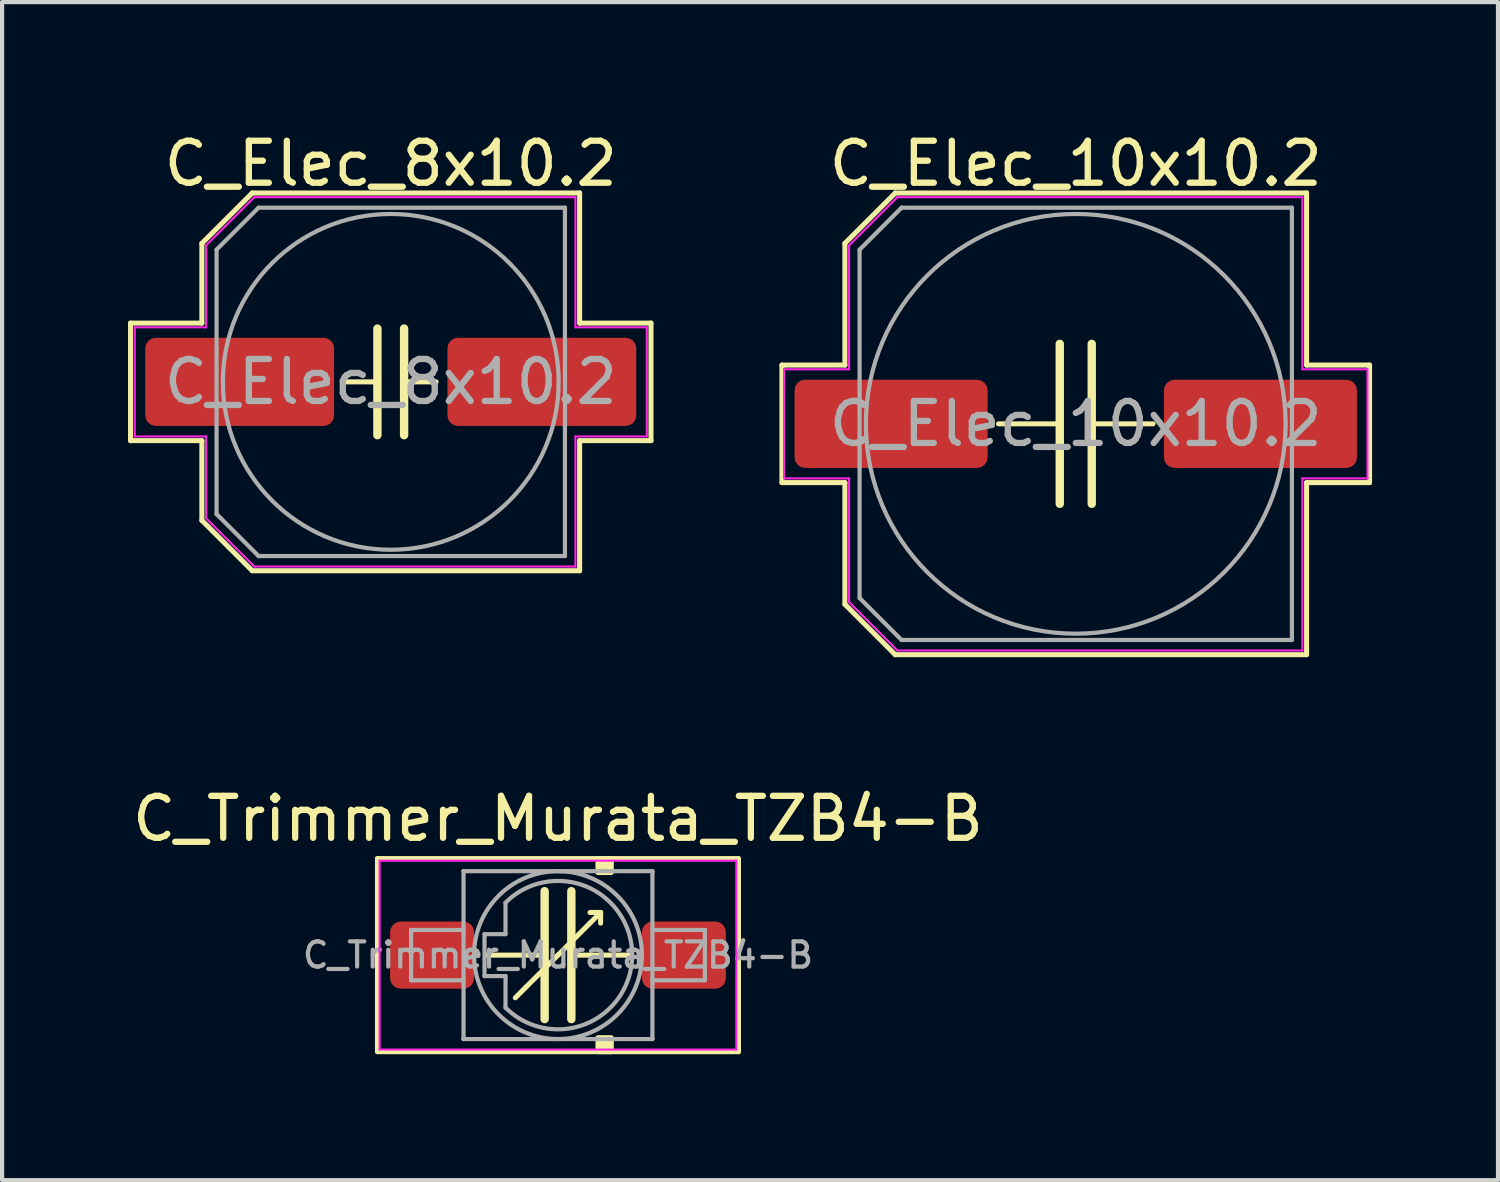
<source format=kicad_pcb>
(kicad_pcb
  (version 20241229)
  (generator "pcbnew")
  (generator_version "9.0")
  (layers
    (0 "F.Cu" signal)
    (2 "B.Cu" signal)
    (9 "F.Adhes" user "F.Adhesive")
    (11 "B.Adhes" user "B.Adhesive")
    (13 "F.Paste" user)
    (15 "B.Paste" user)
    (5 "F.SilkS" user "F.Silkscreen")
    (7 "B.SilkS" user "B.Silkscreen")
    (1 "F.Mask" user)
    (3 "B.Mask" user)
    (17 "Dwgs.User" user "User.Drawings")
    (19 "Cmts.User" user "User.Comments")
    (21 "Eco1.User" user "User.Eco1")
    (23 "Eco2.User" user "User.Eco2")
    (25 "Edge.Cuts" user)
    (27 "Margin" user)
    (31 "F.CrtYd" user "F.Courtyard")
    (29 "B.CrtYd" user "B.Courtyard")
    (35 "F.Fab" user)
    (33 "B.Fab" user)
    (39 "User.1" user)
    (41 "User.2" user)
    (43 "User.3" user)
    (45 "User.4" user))
  (footprint "C_Elec_10x10.2"
    (layer "F.Cu")
    (at 22.58 7.048)
    (property "Reference" "C_Elec_10x10.2" (at 0 -6.2 0) (layer "F.SilkS") (effects (font (size 1 1) (thickness 0.15))))
    (attr smd)
    (fp_line (start -7 -1.4) (end -7 1.4) (stroke (width 0.12) (type solid)) (layer "F.SilkS"))
    (fp_line (start -7 1.4) (end -5.5 1.4) (stroke (width 0.12) (type solid)) (layer "F.SilkS"))
    (fp_line (start -5.5 -4.3) (end -5.5 -1.4) (stroke (width 0.12) (type solid)) (layer "F.SilkS"))
    (fp_line (start -5.5 -1.4) (end -7 -1.4) (stroke (width 0.12) (type solid)) (layer "F.SilkS"))
    (fp_line (start -5.5 1.4) (end -5.5 4.3) (stroke (width 0.12) (type solid)) (layer "F.SilkS"))
    (fp_line (start -5.5 4.3) (end -4.3 5.5) (stroke (width 0.12) (type solid)) (layer "F.SilkS"))
    (fp_line (start -4.3 -5.5) (end -5.5 -4.3) (stroke (width 0.12) (type solid)) (layer "F.SilkS"))
    (fp_line (start -4.3 5.5) (end 5.5 5.5) (stroke (width 0.12) (type solid)) (layer "F.SilkS"))
    (fp_line (start -0.381 -1.905) (end -0.381 1.905) (stroke (width 0.2) (type solid)) (layer "F.SilkS"))
    (fp_line (start -0.381 0) (end -1.841 0) (stroke (width 0.12) (type solid)) (layer "F.SilkS"))
    (fp_line (start 0.381 -1.905) (end 0.381 1.905) (stroke (width 0.2) (type solid)) (layer "F.SilkS"))
    (fp_line (start 0.381 0) (end 1.841 0) (stroke (width 0.12) (type solid)) (layer "F.SilkS"))
    (fp_line (start 5.5 -5.5) (end -4.3 -5.5) (stroke (width 0.12) (type solid)) (layer "F.SilkS"))
    (fp_line (start 5.5 -1.4) (end 5.5 -5.5) (stroke (width 0.12) (type solid)) (layer "F.SilkS"))
    (fp_line (start 5.5 1.4) (end 7 1.4) (stroke (width 0.12) (type solid)) (layer "F.SilkS"))
    (fp_line (start 5.5 5.5) (end 5.5 1.4) (stroke (width 0.12) (type solid)) (layer "F.SilkS"))
    (fp_line (start 7 -1.4) (end 5.5 -1.4) (stroke (width 0.12) (type solid)) (layer "F.SilkS"))
    (fp_line (start 7 1.4) (end 7 -1.4) (stroke (width 0.12) (type solid)) (layer "F.SilkS"))
    (fp_line (start -6.95 -1.3) (end -6.95 1.3) (stroke (width 0.05) (type solid)) (layer "F.CrtYd"))
    (fp_line (start -6.95 1.3) (end -5.4 1.3) (stroke (width 0.05) (type solid)) (layer "F.CrtYd"))
    (fp_line (start -5.4 -4.25) (end -5.4 -1.3) (stroke (width 0.05) (type solid)) (layer "F.CrtYd"))
    (fp_line (start -5.4 -4.25) (end -4.25 -5.4) (stroke (width 0.05) (type solid)) (layer "F.CrtYd"))
    (fp_line (start -5.4 -1.3) (end -6.95 -1.3) (stroke (width 0.05) (type solid)) (layer "F.CrtYd"))
    (fp_line (start -5.4 1.3) (end -5.4 4.25) (stroke (width 0.05) (type solid)) (layer "F.CrtYd"))
    (fp_line (start -5.4 4.25) (end -4.25 5.4) (stroke (width 0.05) (type solid)) (layer "F.CrtYd"))
    (fp_line (start -4.25 -5.4) (end 5.4 -5.4) (stroke (width 0.05) (type solid)) (layer "F.CrtYd"))
    (fp_line (start -4.25 5.4) (end 5.4 5.4) (stroke (width 0.05) (type solid)) (layer "F.CrtYd"))
    (fp_line (start 5.4 -5.4) (end 5.4 -1.3) (stroke (width 0.05) (type solid)) (layer "F.CrtYd"))
    (fp_line (start 5.4 -1.3) (end 6.95 -1.3) (stroke (width 0.05) (type solid)) (layer "F.CrtYd"))
    (fp_line (start 5.4 1.3) (end 5.4 5.4) (stroke (width 0.05) (type solid)) (layer "F.CrtYd"))
    (fp_line (start 6.95 -1.3) (end 6.95 1.3) (stroke (width 0.05) (type solid)) (layer "F.CrtYd"))
    (fp_line (start 6.95 1.3) (end 5.4 1.3) (stroke (width 0.05) (type solid)) (layer "F.CrtYd"))
    (fp_line (start -5.15 -4.15) (end -5.15 4.15) (stroke (width 0.1) (type solid)) (layer "F.Fab"))
    (fp_line (start -5.15 -4.15) (end -4.15 -5.15) (stroke (width 0.1) (type solid)) (layer "F.Fab"))
    (fp_line (start -5.15 4.15) (end -4.15 5.15) (stroke (width 0.1) (type solid)) (layer "F.Fab"))
    (fp_line (start -4.15 -5.15) (end 5.15 -5.15) (stroke (width 0.1) (type solid)) (layer "F.Fab"))
    (fp_line (start -4.15 5.15) (end 5.15 5.15) (stroke (width 0.1) (type solid)) (layer "F.Fab"))
    (fp_line (start 5.15 -5.15) (end 5.15 5.15) (stroke (width 0.1) (type solid)) (layer "F.Fab"))
    (fp_circle (center 0 0) (end 5 0) (stroke (width 0.1) (type solid)) (fill no) (layer "F.Fab"))
    (fp_text user "${REFERENCE}" (at 0 0 0) (layer "F.Fab") (effects (font (size 1 1) (thickness 0.15))))
    (pad "1" smd roundrect (at -4.4 0) (size 4.6 2.1) (layers "F.Cu" "F.Mask" "F.Paste") (roundrect_rratio 0.119))
    (pad "2" smd roundrect (at 4.4 0) (size 4.6 2.1) (layers "F.Cu" "F.Mask" "F.Paste") (roundrect_rratio 0.119)))
  (footprint "C_Trimmer_Murata_TZB4-B"
    (layer "F.Cu")
    (at 10.244 19.706)
    (property "Reference" "C_Trimmer_Murata_TZB4-B" (at 0 -3.25 0) (layer "F.SilkS") (effects (font (size 1 1) (thickness 0.15))))
    (attr smd)
    (fp_line (start -4.3 -2.3) (end -4.3 2.3) (stroke (width 0.12) (type solid)) (layer "F.SilkS"))
    (fp_line (start -4.3 2.3) (end 4.3 2.3) (stroke (width 0.12) (type solid)) (layer "F.SilkS"))
    (fp_line (start -0.762 0.762) (end -1.016 1.016) (stroke (width 0.12) (type solid)) (layer "F.SilkS"))
    (fp_line (start -0.318 -1.524) (end -0.318 1.524) (stroke (width 0.2) (type solid)) (layer "F.SilkS"))
    (fp_line (start -0.318 0) (end -1.714 0) (stroke (width 0.12) (type solid)) (layer "F.SilkS"))
    (fp_line (start 0 0) (end -0.762 0.762) (stroke (width 0.12) (type solid)) (layer "F.SilkS"))
    (fp_line (start 0 0) (end 0.762 -0.762) (stroke (width 0.12) (type solid)) (layer "F.SilkS"))
    (fp_line (start 0.318 -1.524) (end 0.318 1.524) (stroke (width 0.2) (type solid)) (layer "F.SilkS"))
    (fp_line (start 0.762 -0.762) (end 1.016 -1.016) (stroke (width 0.12) (type solid)) (layer "F.SilkS"))
    (fp_line (start 1.016 -1.016) (end 0.762 -1.016) (stroke (width 0.12) (type solid)) (layer "F.SilkS"))
    (fp_line (start 1.016 -1.016) (end 1.016 -0.762) (stroke (width 0.12) (type solid)) (layer "F.SilkS"))
    (fp_line (start 1.714 0) (end 0.318 0) (stroke (width 0.12) (type solid)) (layer "F.SilkS"))
    (fp_line (start 4.3 -2.3) (end -4.3 -2.3) (stroke (width 0.12) (type solid)) (layer "F.SilkS"))
    (fp_line (start 4.3 2.3) (end 4.3 -2.3) (stroke (width 0.12) (type solid)) (layer "F.SilkS"))
    (fp_rect (start 0.953 -2.3) (end 1.27 -1.968) (stroke (width 0.12) (type solid)) (fill yes) (layer "F.SilkS"))
    (fp_rect (start 0.953 1.968) (end 1.27 2.3) (stroke (width 0.12) (type solid)) (fill yes) (layer "F.SilkS"))
    (fp_line (start -4.25 -2.25) (end -4.25 2.25) (stroke (width 0.05) (type solid)) (layer "F.CrtYd"))
    (fp_line (start -4.25 2.25) (end 4.25 2.25) (stroke (width 0.05) (type solid)) (layer "F.CrtYd"))
    (fp_line (start 4.25 -2.25) (end -4.25 -2.25) (stroke (width 0.05) (type solid)) (layer "F.CrtYd"))
    (fp_line (start 4.25 2.25) (end 4.25 -2.25) (stroke (width 0.05) (type solid)) (layer "F.CrtYd"))
    (fp_line (start -3.5 -0.6) (end -3.5 0.6) (stroke (width 0.1) (type solid)) (layer "F.Fab"))
    (fp_line (start -3.5 0.6) (end -2.25 0.6) (stroke (width 0.1) (type solid)) (layer "F.Fab"))
    (fp_line (start -2.25 -2) (end -2.24 -2) (stroke (width 0.1) (type solid)) (layer "F.Fab"))
    (fp_line (start -2.25 -1.99) (end -2.25 -2) (stroke (width 0.1) (type solid)) (layer "F.Fab"))
    (fp_line (start -2.25 -0.6) (end -3.5 -0.6) (stroke (width 0.1) (type solid)) (layer "F.Fab"))
    (fp_line (start -2.25 1.99) (end -2.25 -1.99) (stroke (width 0.1) (type solid)) (layer "F.Fab"))
    (fp_line (start -2.25 2) (end -2.25 1.99) (stroke (width 0.1) (type solid)) (layer "F.Fab"))
    (fp_line (start -2.24 -2) (end 2.24 -2) (stroke (width 0.1) (type solid)) (layer "F.Fab"))
    (fp_line (start -2.24 2) (end -2.25 2) (stroke (width 0.1) (type solid)) (layer "F.Fab"))
    (fp_line (start -1.75 -0.5) (end -1.75 0.5) (stroke (width 0.1) (type solid)) (layer "F.Fab"))
    (fp_line (start -1.75 -0.5) (end -1.25 -0.5) (stroke (width 0.1) (type solid)) (layer "F.Fab"))
    (fp_line (start -1.75 0.5) (end -1.25 0.5) (stroke (width 0.1) (type solid)) (layer "F.Fab"))
    (fp_line (start -1.25 -0.5) (end -1.25 -1.25) (stroke (width 0.1) (type solid)) (layer "F.Fab"))
    (fp_line (start -1.25 0.5) (end -1.25 1.25) (stroke (width 0.1) (type solid)) (layer "F.Fab"))
    (fp_line (start 2.24 -2) (end 2.25 -2) (stroke (width 0.1) (type solid)) (layer "F.Fab"))
    (fp_line (start 2.24 2) (end -2.24 2) (stroke (width 0.1) (type solid)) (layer "F.Fab"))
    (fp_line (start 2.25 -2) (end 2.25 -1.99) (stroke (width 0.1) (type solid)) (layer "F.Fab"))
    (fp_line (start 2.25 -1.99) (end 2.25 1.99) (stroke (width 0.1) (type solid)) (layer "F.Fab"))
    (fp_line (start 2.25 -0.6) (end 3.5 -0.6) (stroke (width 0.1) (type solid)) (layer "F.Fab"))
    (fp_line (start 2.25 1.99) (end 2.25 2) (stroke (width 0.1) (type solid)) (layer "F.Fab"))
    (fp_line (start 2.25 2) (end 2.24 2) (stroke (width 0.1) (type solid)) (layer "F.Fab"))
    (fp_line (start 3.5 -0.6) (end 3.5 0.6) (stroke (width 0.1) (type solid)) (layer "F.Fab"))
    (fp_line (start 3.5 0.6) (end 2.25 0.6) (stroke (width 0.1) (type solid)) (layer "F.Fab"))
    (fp_arc (start -1.249999 -1.249999) (mid 1.767766 0) (end -1.249999 1.249999) (stroke (width 0.1) (type solid)) (layer "F.Fab"))
    (fp_circle (center 0 0) (end 2 0) (stroke (width 0.1) (type solid)) (fill no) (layer "F.Fab"))
    (fp_text user "${REFERENCE}" (at 0 0 0) (layer "F.Fab") (effects (font (size 0.6 0.6) (thickness 0.1))))
    (pad "1" smd roundrect (at -3 0) (size 2 1.6) (layers "F.Cu" "F.Mask" "F.Paste") (roundrect_rratio 0.156))
    (pad "2" smd roundrect (at 3 0) (size 2 1.6) (layers "F.Cu" "F.Mask" "F.Paste") (roundrect_rratio 0.156)))
  (footprint "C_Elec_8x10.2"
    (layer "F.Cu")
    (at 6.26 6.048)
    (property "Reference" "C_Elec_8x10.2" (at 0 -5.2 0) (layer "F.SilkS") (effects (font (size 1 1) (thickness 0.15))))
    (attr smd)
    (fp_line (start -6.2 -1.4) (end -6.2 1.4) (stroke (width 0.12) (type solid)) (layer "F.SilkS"))
    (fp_line (start -6.2 1.4) (end -4.5 1.4) (stroke (width 0.12) (type solid)) (layer "F.SilkS"))
    (fp_line (start -4.5 -3.3) (end -4.5 -1.4) (stroke (width 0.12) (type solid)) (layer "F.SilkS"))
    (fp_line (start -4.5 -1.4) (end -6.2 -1.4) (stroke (width 0.12) (type solid)) (layer "F.SilkS"))
    (fp_line (start -4.5 1.4) (end -4.5 3.3) (stroke (width 0.12) (type solid)) (layer "F.SilkS"))
    (fp_line (start -4.5 3.3) (end -3.3 4.5) (stroke (width 0.12) (type solid)) (layer "F.SilkS"))
    (fp_line (start -3.3 -4.5) (end -4.5 -3.3) (stroke (width 0.12) (type solid)) (layer "F.SilkS"))
    (fp_line (start -3.3 4.5) (end 4.5 4.5) (stroke (width 0.12) (type solid)) (layer "F.SilkS"))
    (fp_line (start -0.318 -1.27) (end -0.318 1.27) (stroke (width 0.2) (type solid)) (layer "F.SilkS"))
    (fp_line (start -0.318 0) (end -1.079 0) (stroke (width 0.12) (type solid)) (layer "F.SilkS"))
    (fp_line (start 0.318 -1.27) (end 0.318 1.27) (stroke (width 0.2) (type solid)) (layer "F.SilkS"))
    (fp_line (start 0.318 0) (end 1.079 0) (stroke (width 0.12) (type solid)) (layer "F.SilkS"))
    (fp_line (start 4.5 -4.5) (end -3.3 -4.5) (stroke (width 0.12) (type solid)) (layer "F.SilkS"))
    (fp_line (start 4.5 -1.4) (end 4.5 -4.5) (stroke (width 0.12) (type solid)) (layer "F.SilkS"))
    (fp_line (start 4.5 1.4) (end 6.2 1.4) (stroke (width 0.12) (type solid)) (layer "F.SilkS"))
    (fp_line (start 4.5 4.5) (end 4.5 1.4) (stroke (width 0.12) (type solid)) (layer "F.SilkS"))
    (fp_line (start 6.2 -1.4) (end 4.5 -1.4) (stroke (width 0.12) (type solid)) (layer "F.SilkS"))
    (fp_line (start 6.2 1.4) (end 6.2 -1.4) (stroke (width 0.12) (type solid)) (layer "F.SilkS"))
    (fp_line (start -6.1 -1.3) (end -6.1 1.3) (stroke (width 0.05) (type solid)) (layer "F.CrtYd"))
    (fp_line (start -6.1 1.3) (end -4.4 1.3) (stroke (width 0.05) (type solid)) (layer "F.CrtYd"))
    (fp_line (start -4.4 -3.25) (end -4.4 -1.3) (stroke (width 0.05) (type solid)) (layer "F.CrtYd"))
    (fp_line (start -4.4 -3.25) (end -3.25 -4.4) (stroke (width 0.05) (type solid)) (layer "F.CrtYd"))
    (fp_line (start -4.4 -1.3) (end -6.1 -1.3) (stroke (width 0.05) (type solid)) (layer "F.CrtYd"))
    (fp_line (start -4.4 1.3) (end -4.4 3.25) (stroke (width 0.05) (type solid)) (layer "F.CrtYd"))
    (fp_line (start -4.4 3.25) (end -3.25 4.4) (stroke (width 0.05) (type solid)) (layer "F.CrtYd"))
    (fp_line (start -3.25 -4.4) (end 4.4 -4.4) (stroke (width 0.05) (type solid)) (layer "F.CrtYd"))
    (fp_line (start -3.25 4.4) (end 4.4 4.4) (stroke (width 0.05) (type solid)) (layer "F.CrtYd"))
    (fp_line (start 4.4 -4.4) (end 4.4 -1.3) (stroke (width 0.05) (type solid)) (layer "F.CrtYd"))
    (fp_line (start 4.4 -1.3) (end 6.1 -1.3) (stroke (width 0.05) (type solid)) (layer "F.CrtYd"))
    (fp_line (start 4.4 1.3) (end 4.4 4.4) (stroke (width 0.05) (type solid)) (layer "F.CrtYd"))
    (fp_line (start 6.1 -1.3) (end 6.1 1.3) (stroke (width 0.05) (type solid)) (layer "F.CrtYd"))
    (fp_line (start 6.1 1.3) (end 4.4 1.3) (stroke (width 0.05) (type solid)) (layer "F.CrtYd"))
    (fp_line (start -4.15 -3.15) (end -4.15 3.15) (stroke (width 0.1) (type solid)) (layer "F.Fab"))
    (fp_line (start -4.15 -3.15) (end -3.15 -4.15) (stroke (width 0.1) (type solid)) (layer "F.Fab"))
    (fp_line (start -4.15 3.15) (end -3.15 4.15) (stroke (width 0.1) (type solid)) (layer "F.Fab"))
    (fp_line (start -3.15 -4.15) (end 4.15 -4.15) (stroke (width 0.1) (type solid)) (layer "F.Fab"))
    (fp_line (start -3.15 4.15) (end 4.15 4.15) (stroke (width 0.1) (type solid)) (layer "F.Fab"))
    (fp_line (start 4.15 -4.15) (end 4.15 4.15) (stroke (width 0.1) (type solid)) (layer "F.Fab"))
    (fp_circle (center 0 0) (end 4 0) (stroke (width 0.1) (type solid)) (fill no) (layer "F.Fab"))
    (fp_text user "${REFERENCE}" (at 0 0 0) (layer "F.Fab") (effects (font (size 1 1) (thickness 0.15))))
    (pad "1" smd roundrect (at -3.6 0) (size 4.5 2.1) (layers "F.Cu" "F.Mask" "F.Paste") (roundrect_rratio 0.119))
    (pad "2" smd roundrect (at 3.6 0) (size 4.5 2.1) (layers "F.Cu" "F.Mask" "F.Paste") (roundrect_rratio 0.119)))
  (gr_rect
    (start -3 -3)
    (end 32.64 25.067)
    (stroke (width 0.1) (type default))
    (fill no)
    (layer "Edge.Cuts")))
</source>
